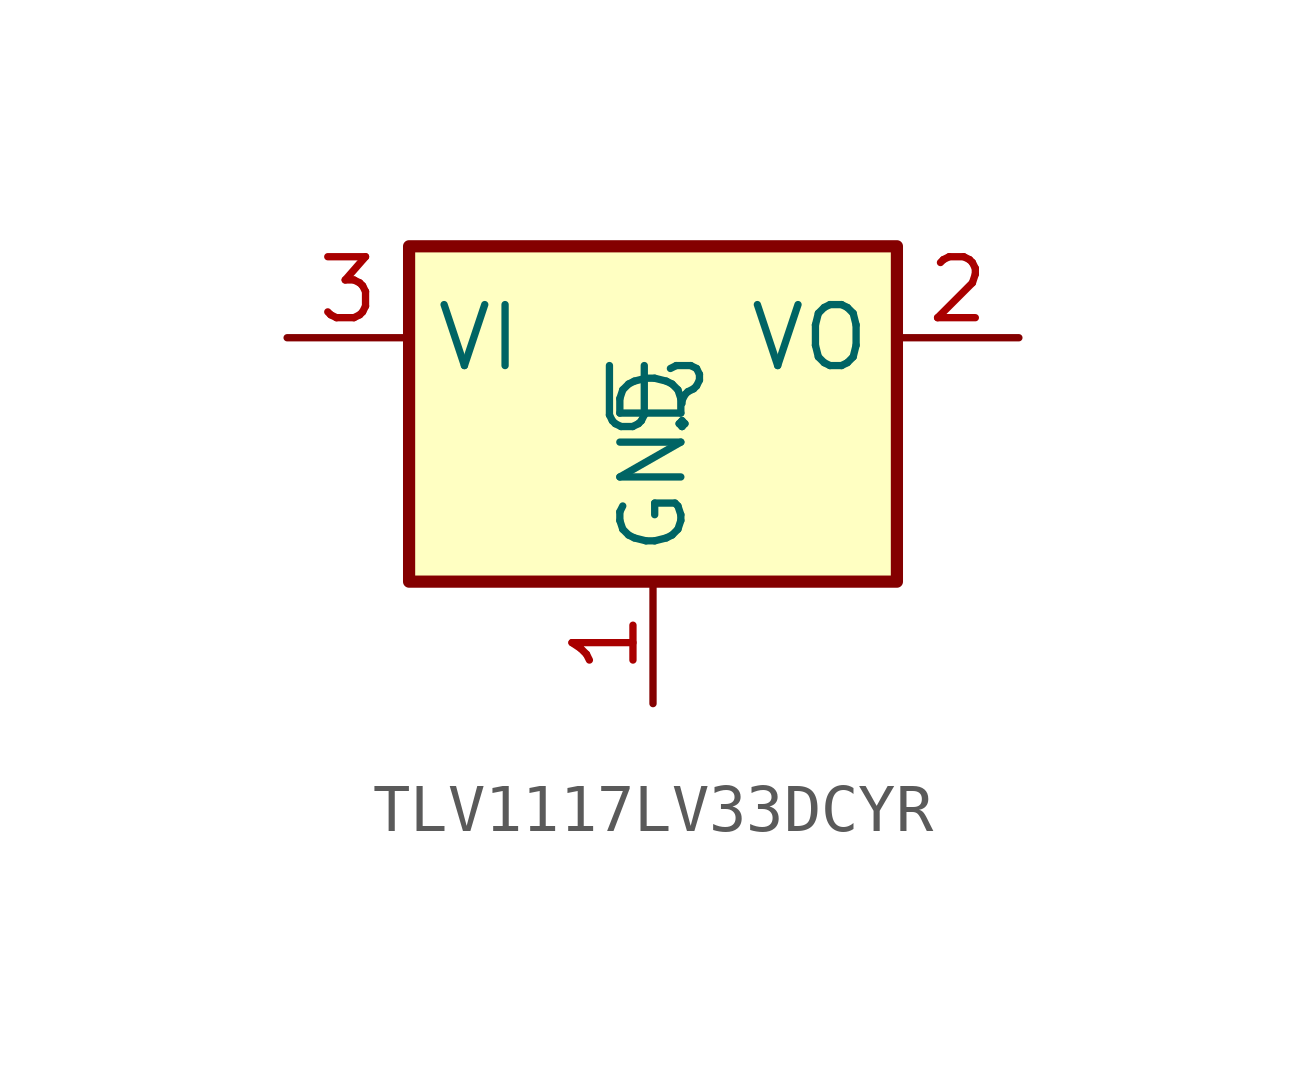
<source format=kicad_sym>
(kicad_symbol_lib
  (version 20231120)
  (generator "kicad_symbol_editor")
  (generator_version "8.0")
  (symbol "TLV1117LV33DCYR"
    (property "Reference" "U"
      (at 0 -1.27 0)
      (effects (font (size 1.27 1.27))))
    (property "Value" ""
      (at 0 -1.27 0)
      (effects (font (size 1.27 1.27))))
    (symbol "TLV1117LV33DCYR_0_1"
      (rectangle (start -5.08 1.905) (end 5.08 -5.08) (stroke (width 0.254) (type default)) (fill (type background))))
    (symbol "TLV1117LV33DCYR_1_1"
      (pin power_in line (at 0 -7.62 90) (length 2.54) (name "GND" (effects (font (size 1.27 1.27)))) (number "1" (effects (font (size 1.27 1.27)))))
      (pin power_out line (at 7.62 0 180) (length 2.54) (name "VO" (effects (font (size 1.27 1.27)))) (number "2" (effects (font (size 1.27 1.27)))))
      (pin power_in line (at -7.62 0 0) (length 2.54) (name "VI" (effects (font (size 1.27 1.27)))) (number "3" (effects (font (size 1.27 1.27)))))
      (pin power_out line (at 7.62 0 180) (length 2.54) hide (name "VO" (effects (font (size 1.27 1.27)))) (number "4" (effects (font (size 1.27 1.27))))))))
</source>
